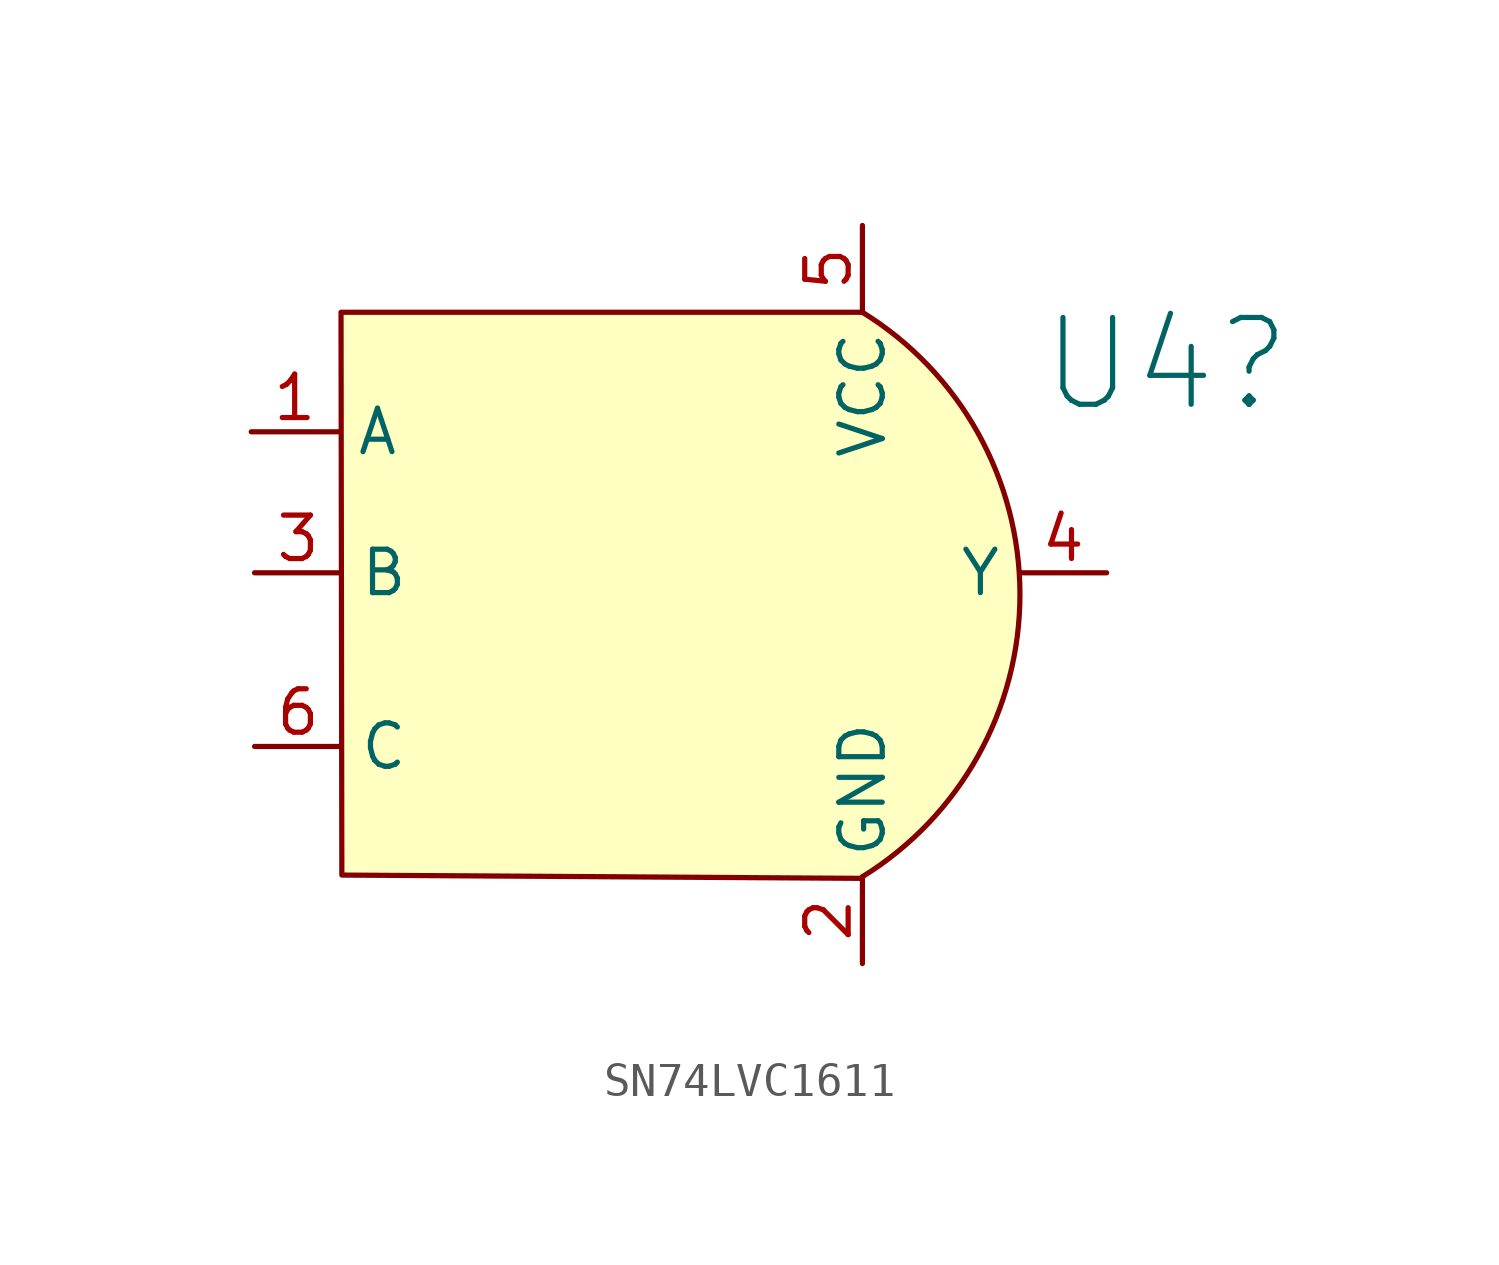
<source format=kicad_sym>
(kicad_symbol_lib
  (version 20241209)
  (generator "kicad_symbol_editor")
  (generator_version "9.0")
  (symbol "SN74LVC1611"
    (property "Reference" "U4"
      (at 8.89 6.096 0)
      (effects (font (size 2.54 2.54))))
    (property "Value" ""
      (at 0 0 0)
      (effects (font (size 1.27 1.27))))
    (symbol "SN74LVC1611_1_1"
      (arc (start 0 7.62) (mid 4.6077 -0.635) (end 0 -8.89) (stroke (width 0) (type solid)) (fill (type background)))
      (polyline (pts (xy 0.01 7.62) (xy -15.251 7.62) (xy -15.227 -8.842) (xy -0.013 -8.938)) (stroke (width 0) (type solid)) (fill (type background)))
      (pin input line (at -17.877 4.124 0) (length 2.54) (name "A" (effects (font (size 1.27 1.27)))) (number "1" (effects (font (size 1.27 1.27)))))
      (pin input line (at -17.78 0 0) (length 2.54) (name "B" (effects (font (size 1.27 1.27)))) (number "3" (effects (font (size 1.27 1.27)))))
      (pin input line (at -17.78 -5.08 0) (length 2.54) (name "C" (effects (font (size 1.27 1.27)))) (number "6" (effects (font (size 1.27 1.27)))))
      (pin power_in line (at 0 10.16 270) (length 2.54) (name "VCC" (effects (font (size 1.27 1.27)))) (number "5" (effects (font (size 1.27 1.27)))))
      (pin power_out line (at 0 -11.43 90) (length 2.54) (name "GND" (effects (font (size 1.27 1.27)))) (number "2" (effects (font (size 1.27 1.27)))))
      (pin output line (at 7.143 0 180) (length 2.54) (name "Y" (effects (font (size 1.27 1.27)))) (number "4" (effects (font (size 1.27 1.27))))))))
</source>
